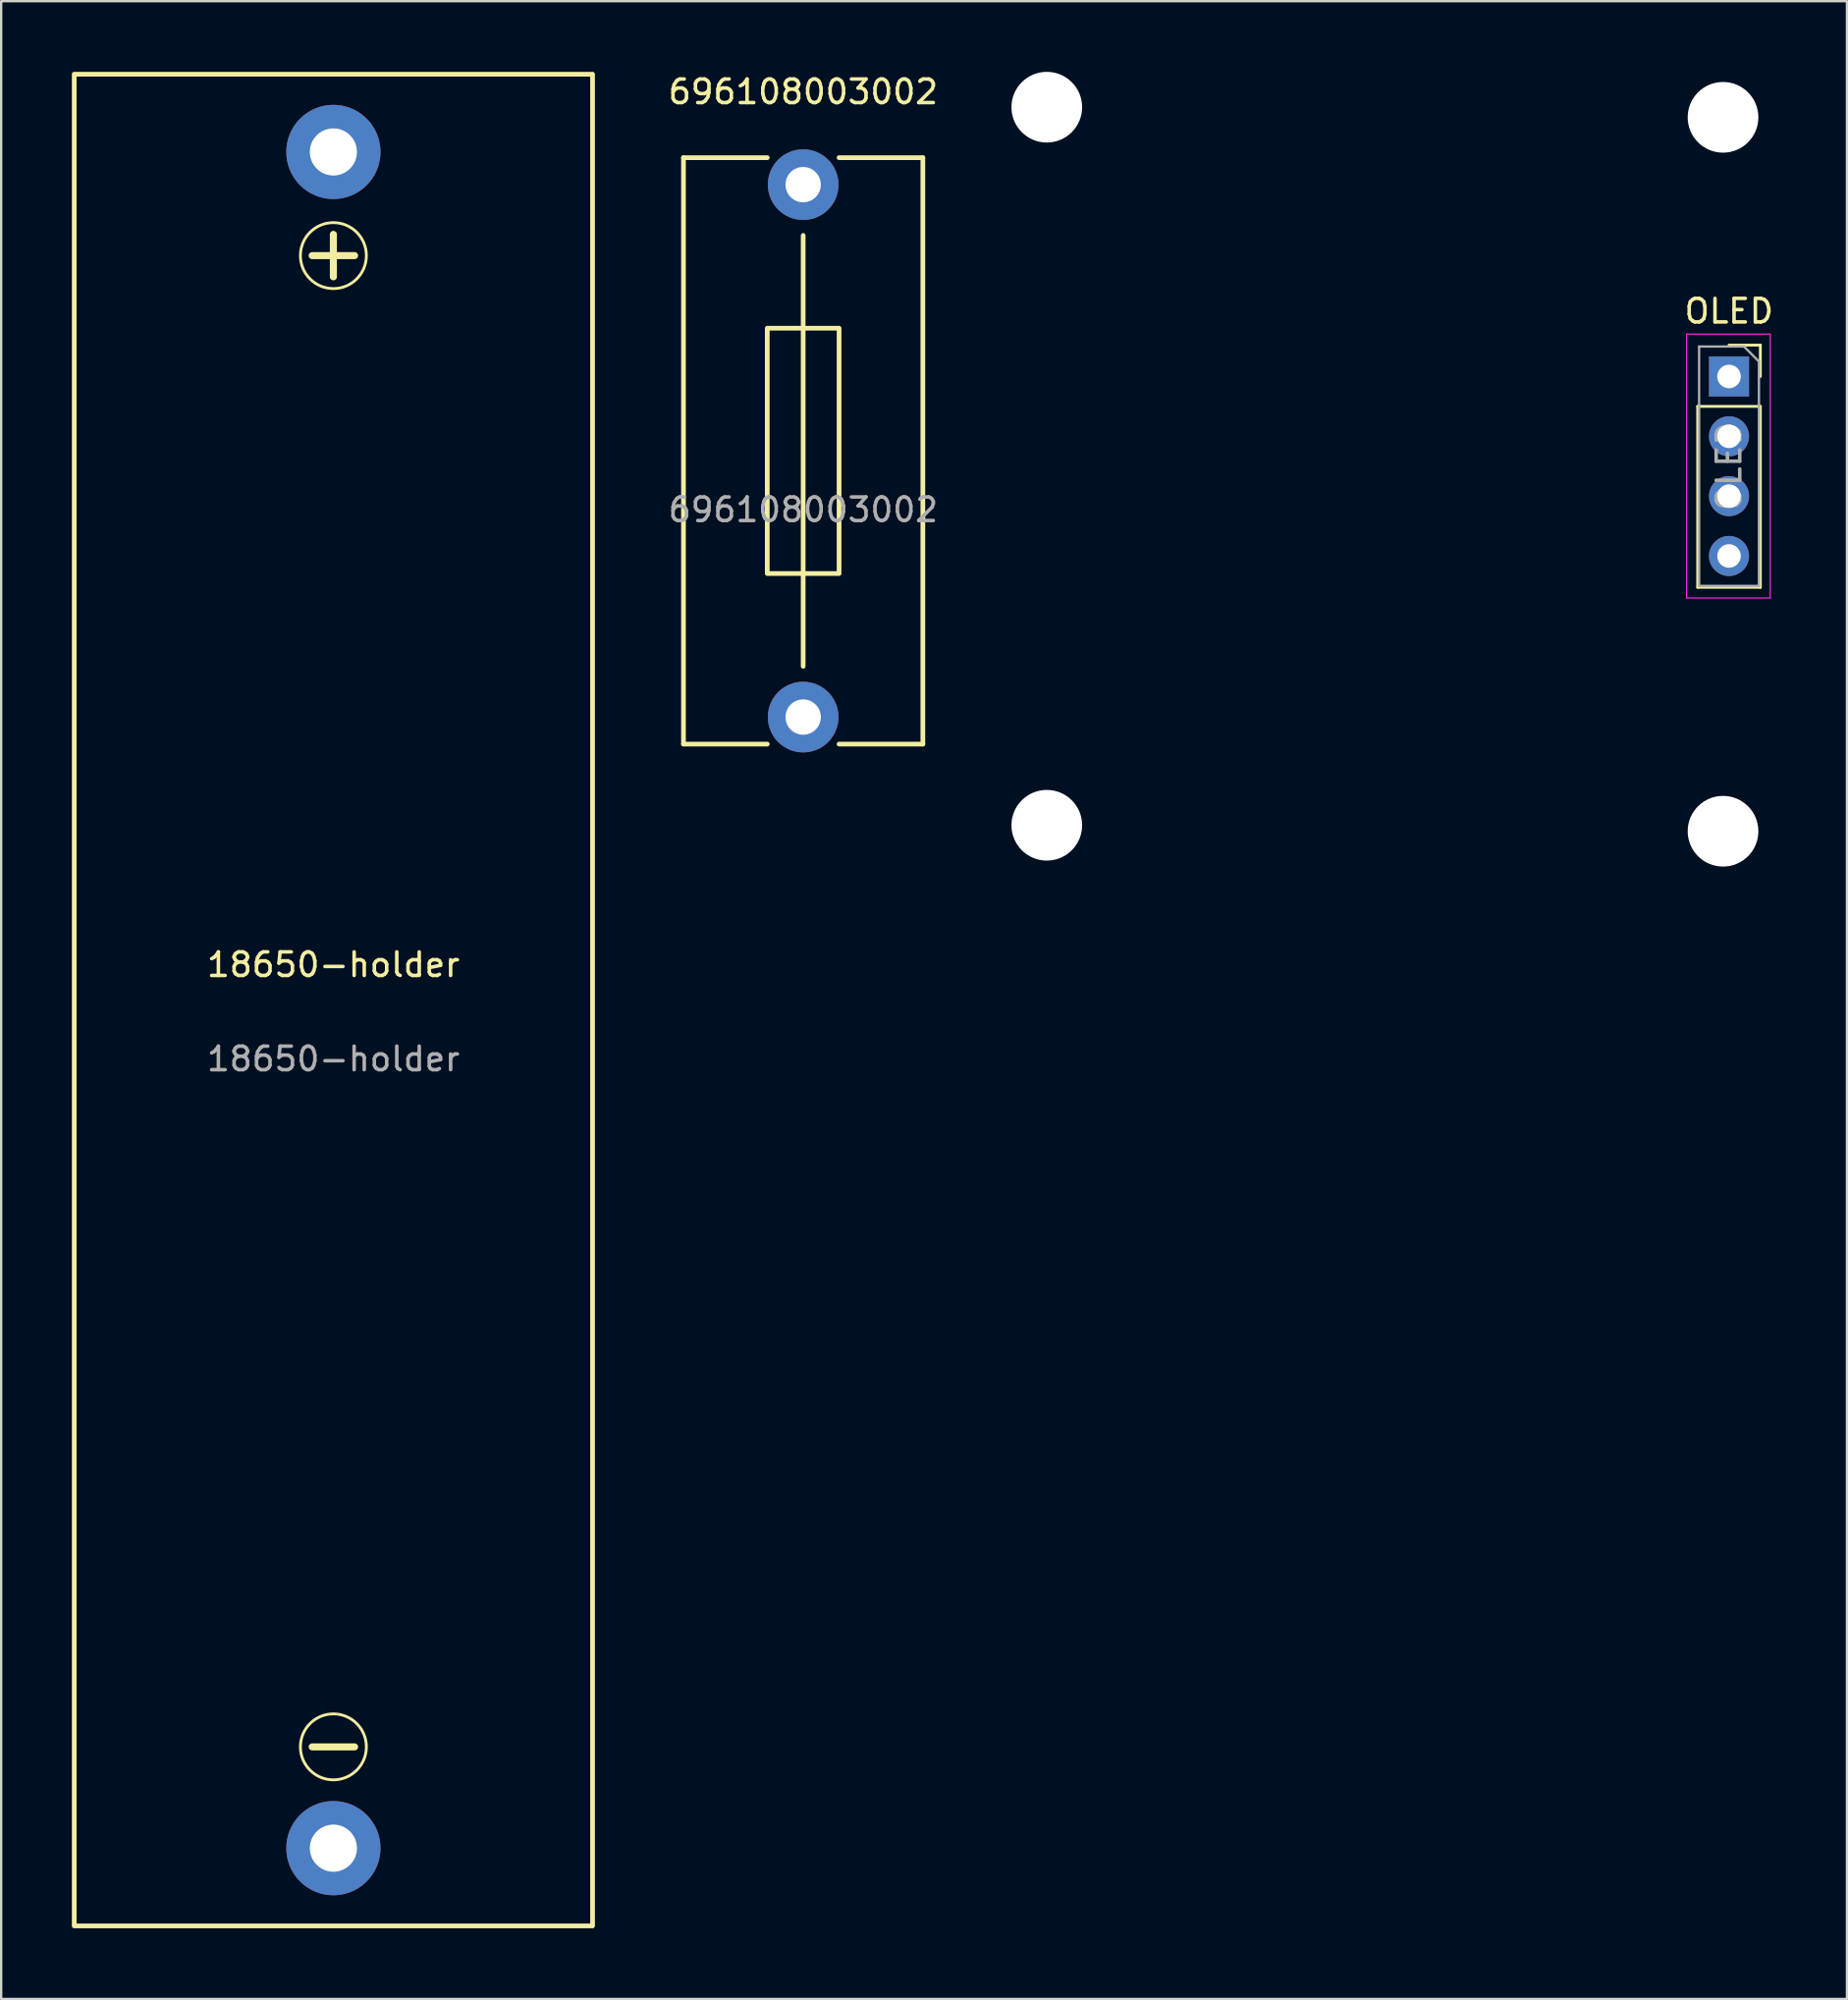
<source format=kicad_pcb>
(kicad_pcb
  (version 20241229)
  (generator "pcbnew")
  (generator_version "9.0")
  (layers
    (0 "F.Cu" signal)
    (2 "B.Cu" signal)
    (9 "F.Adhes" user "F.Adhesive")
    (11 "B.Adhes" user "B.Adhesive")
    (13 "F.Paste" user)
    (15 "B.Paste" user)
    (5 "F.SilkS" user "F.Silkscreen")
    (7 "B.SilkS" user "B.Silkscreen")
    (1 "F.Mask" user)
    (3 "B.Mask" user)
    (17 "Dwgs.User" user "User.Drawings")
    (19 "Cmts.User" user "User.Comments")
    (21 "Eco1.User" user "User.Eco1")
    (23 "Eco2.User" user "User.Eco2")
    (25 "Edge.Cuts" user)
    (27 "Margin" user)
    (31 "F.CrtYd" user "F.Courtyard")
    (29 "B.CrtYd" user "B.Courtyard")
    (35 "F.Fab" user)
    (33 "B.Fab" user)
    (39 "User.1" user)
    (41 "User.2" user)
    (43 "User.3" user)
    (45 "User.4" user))
  (footprint "18650-holder"
    (layer "F.Cu")
    (at 11.1 39.4)
    (property "Reference" "18650-holder" (at 0 -1.5 0) (unlocked yes) (layer "F.SilkS") (effects (font (size 1 1) (thickness 0.15))))
    (attr through_hole)
    (fp_line (start -0.9 -31.6) (end 0.9 -31.6) (stroke (width 0.3) (type solid)) (layer "F.SilkS"))
    (fp_line (start -0.9 31.7) (end 0.9 31.7) (stroke (width 0.3) (type solid)) (layer "F.SilkS"))
    (fp_line (start 0 -32.5) (end 0 -30.7) (stroke (width 0.3) (type solid)) (layer "F.SilkS"))
    (fp_rect (start -11 -39.3) (end 11 39.3) (stroke (width 0.2) (type solid)) (fill no) (layer "F.SilkS"))
    (fp_circle (center 0 -31.6) (end 1.4 -31.6) (stroke (width 0.12) (type solid)) (fill no) (layer "F.SilkS"))
    (fp_circle (center 0 31.7) (end 1.4 31.7) (stroke (width 0.12) (type solid)) (fill no) (layer "F.SilkS"))
    (fp_text user "${REFERENCE}" (at 0 2.5 0) (unlocked yes) (layer "F.Fab") (effects (font (size 1 1) (thickness 0.15))))
    (pad "1" thru_hole circle (at 0 -36) (size 4 4) (drill 2) (layers "*.Cu" "*.Mask"))
    (pad "2" thru_hole circle (at 0 36) (size 4 4) (drill 2) (layers "*.Cu" "*.Mask")))
  (footprint "696108003002"
    (layer "F.Cu")
    (at 31.039 16.088)
    (property "Reference" "696108003002" (at 0 -15.24 0) (unlocked yes) (layer "F.SilkS") (effects (font (size 1 1) (thickness 0.15))))
    (attr through_hole)
    (fp_line (start -5.08 -12.446) (end -5.08 12.446) (stroke (width 0.2) (type solid)) (layer "F.SilkS"))
    (fp_line (start -5.08 12.446) (end -1.524 12.446) (stroke (width 0.2) (type solid)) (layer "F.SilkS"))
    (fp_line (start -1.524 -12.446) (end -5.08 -12.446) (stroke (width 0.2) (type solid)) (layer "F.SilkS"))
    (fp_line (start 0 -9.144) (end 0 9.144) (stroke (width 0.2) (type solid)) (layer "F.SilkS"))
    (fp_line (start 1.524 -12.446) (end 5.08 -12.446) (stroke (width 0.2) (type solid)) (layer "F.SilkS"))
    (fp_line (start 1.524 12.446) (end 5.08 12.446) (stroke (width 0.2) (type solid)) (layer "F.SilkS"))
    (fp_line (start 5.08 -12.446) (end 5.08 12.446) (stroke (width 0.2) (type solid)) (layer "F.SilkS"))
    (fp_rect (start -1.524 -5.207) (end 1.524 5.207) (stroke (width 0.2) (type solid)) (fill no) (layer "F.SilkS"))
    (fp_text user "${REFERENCE}" (at 0 2.5 0) (unlocked yes) (layer "F.Fab") (effects (font (size 1 1) (thickness 0.15))))
    (pad "1" thru_hole circle (at 0 -11.3) (size 3 3) (drill 1.5) (layers "*.Cu" "*.Mask"))
    (pad "2" thru_hole circle (at 0 11.3) (size 3 3) (drill 1.5) (layers "*.Cu" "*.Mask")))
  (footprint "OLED"
    (layer "F.Cu")
    (at 70.335 12.93)
    (property "Reference" "OLED" (at 0 -2.77 0) (layer "F.SilkS") (effects (font (size 1 1) (thickness 0.15))))
    (attr through_hole)
    (fp_line (start -1.33 1.27) (end -1.33 8.95) (stroke (width 0.12) (type solid)) (layer "F.SilkS"))
    (fp_line (start -1.33 1.27) (end 1.33 1.27) (stroke (width 0.12) (type solid)) (layer "F.SilkS"))
    (fp_line (start -1.33 8.95) (end 1.33 8.95) (stroke (width 0.12) (type solid)) (layer "F.SilkS"))
    (fp_line (start 0 -1.33) (end 1.33 -1.33) (stroke (width 0.12) (type solid)) (layer "F.SilkS"))
    (fp_line (start 1.33 -1.33) (end 1.33 0) (stroke (width 0.12) (type solid)) (layer "F.SilkS"))
    (fp_line (start 1.33 1.27) (end 1.33 8.95) (stroke (width 0.12) (type solid)) (layer "F.SilkS"))
    (fp_line (start -1.8 -1.8) (end 1.75 -1.8) (stroke (width 0.05) (type solid)) (layer "F.CrtYd"))
    (fp_line (start -1.8 9.4) (end -1.8 -1.8) (stroke (width 0.05) (type solid)) (layer "F.CrtYd"))
    (fp_line (start 1.75 -1.8) (end 1.75 9.4) (stroke (width 0.05) (type solid)) (layer "F.CrtYd"))
    (fp_line (start 1.75 9.4) (end -1.8 9.4) (stroke (width 0.05) (type solid)) (layer "F.CrtYd"))
    (fp_line (start -1.27 -1.27) (end 0.635 -1.27) (stroke (width 0.1) (type solid)) (layer "F.Fab"))
    (fp_line (start -1.27 8.89) (end -1.27 -1.27) (stroke (width 0.1) (type solid)) (layer "F.Fab"))
    (fp_line (start 0.635 -1.27) (end 1.27 -0.635) (stroke (width 0.1) (type solid)) (layer "F.Fab"))
    (fp_line (start 1.27 -0.635) (end 1.27 8.89) (stroke (width 0.1) (type solid)) (layer "F.Fab"))
    (fp_line (start 1.27 8.89) (end -1.27 8.89) (stroke (width 0.1) (type solid)) (layer "F.Fab"))
    (fp_text user "${REFERENCE}" (at 0 3.81 90) (layer "F.Fab") (effects (font (size 1 1) (thickness 0.15))))
    (pad "" np_thru_hole circle (at -28.956 -11.43) (size 3 3) (drill 3) (layers "*.Cu" "*.Mask"))
    (pad "" np_thru_hole circle (at -28.956 19.05) (size 3 3) (drill 3) (layers "*.Cu" "*.Mask"))
    (pad "" np_thru_hole circle (at -0.254 -11) (size 3 3) (drill 3) (layers "*.Cu" "*.Mask"))
    (pad "" np_thru_hole circle (at -0.254 19.304) (size 3 3) (drill 3) (layers "*.Cu" "*.Mask"))
    (pad "1" thru_hole rect (at 0 0) (size 1.7 1.7) (drill 1) (layers "*.Cu" "*.Mask"))
    (pad "2" thru_hole oval (at 0 2.54) (size 1.7 1.7) (drill 1) (layers "*.Cu" "*.Mask"))
    (pad "3" thru_hole oval (at 0 5.08) (size 1.7 1.7) (drill 1) (layers "*.Cu" "*.Mask"))
    (pad "4" thru_hole oval (at 0 7.62) (size 1.7 1.7) (drill 1) (layers "*.Cu" "*.Mask")))
  (gr_rect
    (start -3 -3)
    (end 75.341 81.8)
    (stroke (width 0.1) (type default))
    (fill no)
    (layer "Edge.Cuts")))
</source>
